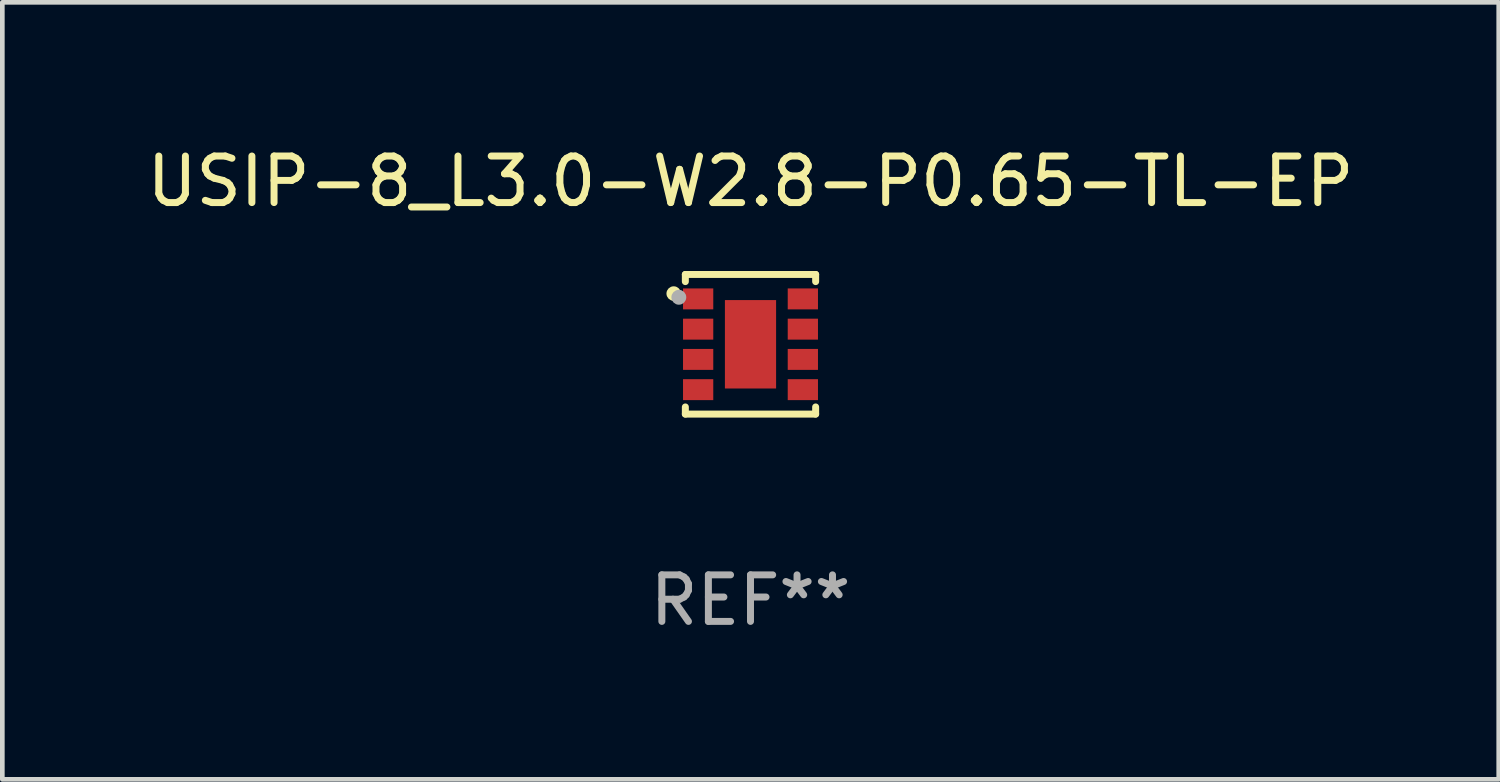
<source format=kicad_pcb>
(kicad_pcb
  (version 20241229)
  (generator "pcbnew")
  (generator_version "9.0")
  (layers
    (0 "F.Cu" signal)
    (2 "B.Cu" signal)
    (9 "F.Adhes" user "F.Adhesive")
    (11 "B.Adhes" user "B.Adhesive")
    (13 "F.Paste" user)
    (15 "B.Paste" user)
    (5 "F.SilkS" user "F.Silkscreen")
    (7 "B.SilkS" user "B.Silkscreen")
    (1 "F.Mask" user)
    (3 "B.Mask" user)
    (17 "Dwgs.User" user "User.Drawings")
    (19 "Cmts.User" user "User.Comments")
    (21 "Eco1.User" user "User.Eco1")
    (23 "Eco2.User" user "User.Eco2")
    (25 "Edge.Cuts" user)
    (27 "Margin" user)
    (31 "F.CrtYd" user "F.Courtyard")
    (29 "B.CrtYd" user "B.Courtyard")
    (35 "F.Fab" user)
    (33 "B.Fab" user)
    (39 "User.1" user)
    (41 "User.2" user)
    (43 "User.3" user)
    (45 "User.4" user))
  (footprint "USIP-8_L3.0-W2.8-P0.65-TL-EP"
    (layer "F.Cu")
    (at 13.077 4.348)
    (property "Reference" "USIP-8_L3.0-W2.8-P0.65-TL-EP" (at 0 -3.5 0) (layer "F.SilkS") (effects (font (size 1 1) (thickness 0.15))))
    (attr smd)
    (fp_line (start -1.4 -1.5) (end -1.4 -1.347) (stroke (width 0.15) (type solid)) (layer "F.SilkS"))
    (fp_line (start -1.4 -1.5) (end 1.4 -1.5) (stroke (width 0.15) (type solid)) (layer "F.SilkS"))
    (fp_line (start -1.4 1.347) (end -1.4 1.5) (stroke (width 0.15) (type solid)) (layer "F.SilkS"))
    (fp_line (start -1.4 1.5) (end 1.4 1.5) (stroke (width 0.15) (type solid)) (layer "F.SilkS"))
    (fp_line (start 1.4 -1.5) (end 1.4 -1.347) (stroke (width 0.15) (type solid)) (layer "F.SilkS"))
    (fp_line (start 1.4 1.347) (end 1.4 1.5) (stroke (width 0.15) (type solid)) (layer "F.SilkS"))
    (fp_circle (center -1.65 -1.09) (end -1.569 -1.09) (stroke (width 0.15) (type solid)) (fill no) (layer "F.SilkS"))
    (fp_circle (center -1.4 -1.5) (end -1.37 -1.5) (stroke (width 0.06) (type solid)) (fill no) (layer "F.SilkS"))
    (fp_circle (center -1.54 -1.01) (end -1.46 -1.01) (stroke (width 0.16) (type solid)) (fill no) (layer "F.Fab"))
    (fp_text user "REF**" (at 0 5.5 0) (layer "F.Fab") (effects (font (size 1 1) (thickness 0.15))))
    (pad "1" smd rect (at -1.125 -0.975) (size 0.65 0.45) (layers "F.Cu" "F.Mask" "F.Paste"))
    (pad "2" smd rect (at -1.125 -0.325) (size 0.65 0.45) (layers "F.Cu" "F.Mask" "F.Paste"))
    (pad "3" smd rect (at -1.125 0.325) (size 0.65 0.45) (layers "F.Cu" "F.Mask" "F.Paste"))
    (pad "4" smd rect (at -1.125 0.975) (size 0.65 0.45) (layers "F.Cu" "F.Mask" "F.Paste"))
    (pad "5" smd rect (at 1.125 0.975) (size 0.65 0.45) (layers "F.Cu" "F.Mask" "F.Paste"))
    (pad "6" smd rect (at 1.125 0.325) (size 0.65 0.45) (layers "F.Cu" "F.Mask" "F.Paste"))
    (pad "7" smd rect (at 1.125 -0.325) (size 0.65 0.45) (layers "F.Cu" "F.Mask" "F.Paste"))
    (pad "8" smd rect (at 1.125 -0.975) (size 0.65 0.45) (layers "F.Cu" "F.Mask" "F.Paste"))
    (pad "9" smd rect (at 0.000127 0.000127 90) (size 1.9 1.1) (layers "F.Cu" "F.Mask" "F.Paste")))
  (gr_rect
    (start -3 -3)
    (end 29.155 13.697)
    (stroke (width 0.1) (type default))
    (fill no)
    (layer "Edge.Cuts")))
</source>
